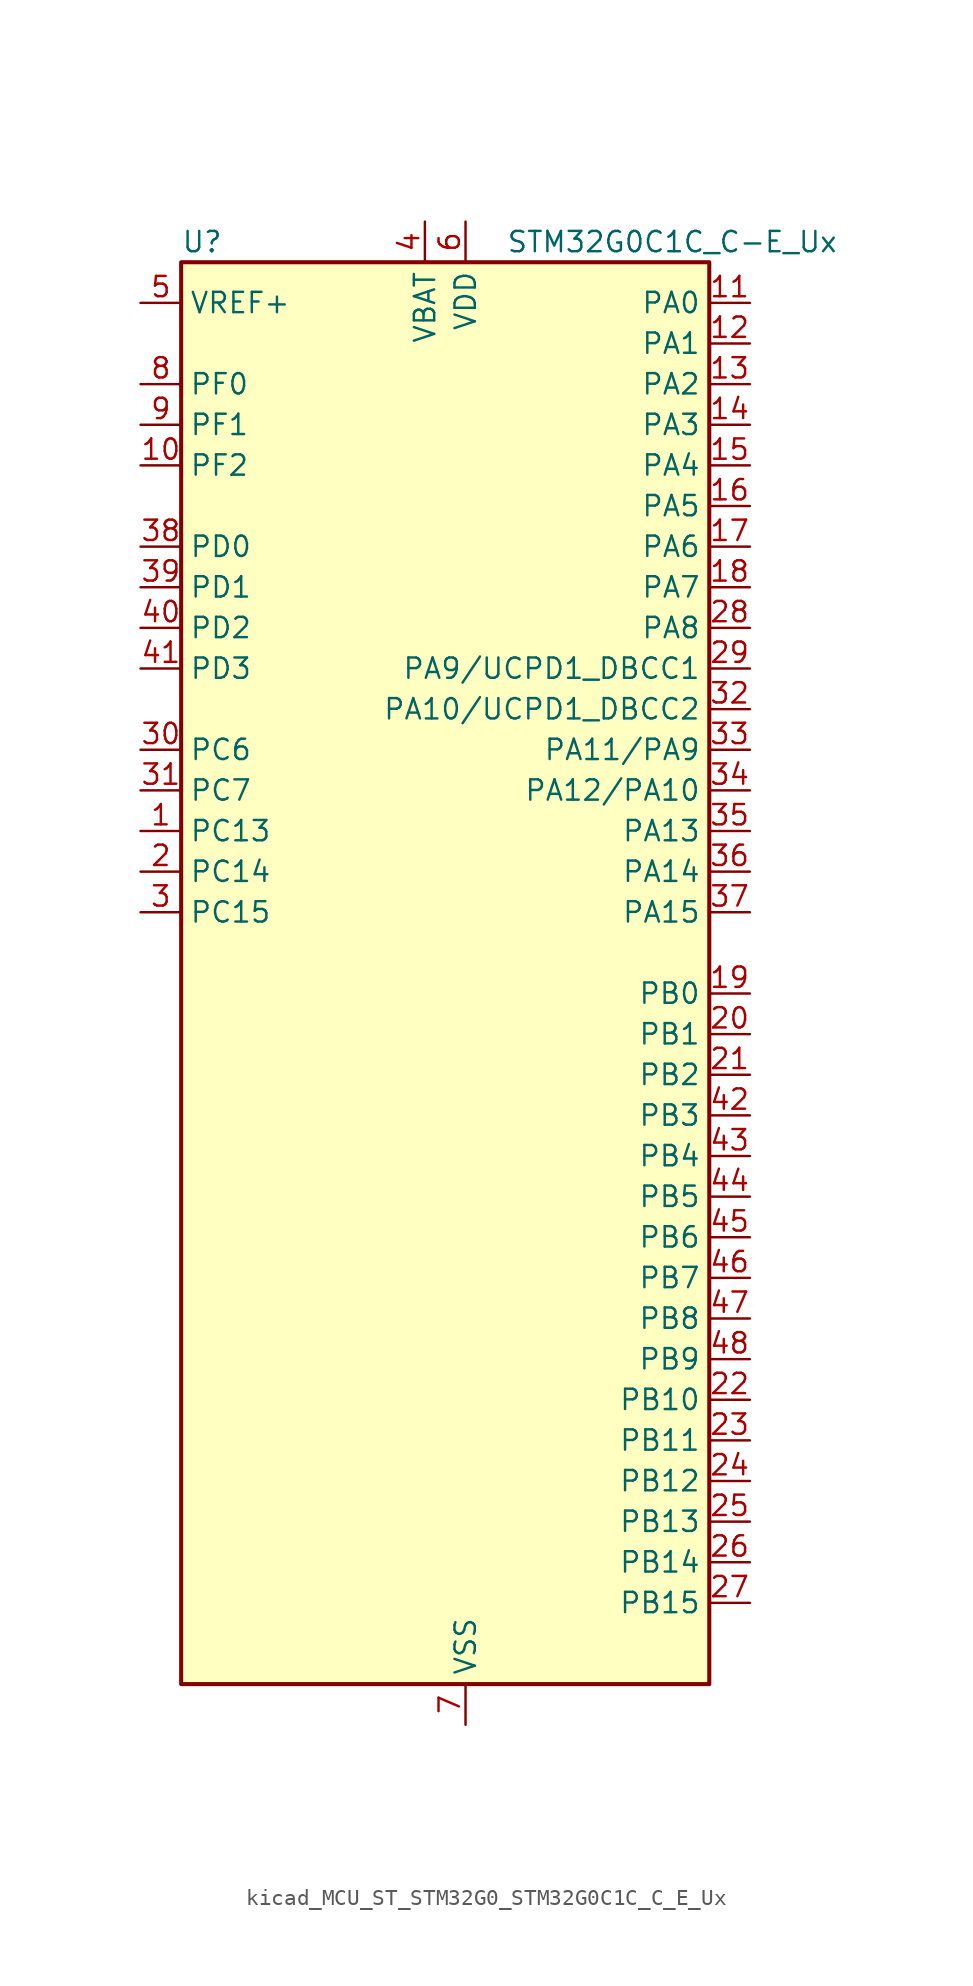
<source format=kicad_sym>
(kicad_symbol_lib
  (version 20220914)
  (generator kicad_symbol_editor)
  (symbol "kicad_MCU_ST_STM32G0_STM32G0C1C_C_E_Ux"
    (property "Reference" "U"
      (at -15.24 46.99 0)
      (effects (font (size 1.27 1.27)) (justify left)))
    (property "Value" "STM32G0C1C_C-E_Ux"
      (at 5.08 46.99 0)
      (effects (font (size 1.27 1.27)) (justify left)))
    (property "ki_locked" ""
      (at 0 0 0)
      (effects (font (size 1.27 1.27))))
    (symbol "kicad_MCU_ST_STM32G0_STM32G0C1C_C_E_Ux_0_1"
      (rectangle (start -15.24 -43.18) (end 17.78 45.72) (stroke (width 0.254) (type default)) (fill (type background))))
    (symbol "kicad_MCU_ST_STM32G0_STM32G0C1C_C_E_Ux_1_1"
      (pin bidirectional line (at -17.78 10.16 0) (length 2.54) (name "PC13" (effects (font (size 1.27 1.27)))) (number "1" (effects (font (size 1.27 1.27)))) (alternate "RTC_OUT1" bidirectional line) (alternate "RTC_TAMP_IN1" bidirectional line) (alternate "RTC_TS" bidirectional line) (alternate "SYS_WKUP2" bidirectional line) (alternate "TIM1_BK" bidirectional line))
      (pin bidirectional line (at -17.78 33.02 0) (length 2.54) (name "PF2" (effects (font (size 1.27 1.27)))) (number "10" (effects (font (size 1.27 1.27)))) (alternate "LPUART2_DE" bidirectional line) (alternate "LPUART2_RTS" bidirectional line) (alternate "LPUART2_TX" bidirectional line) (alternate "RCC_MCO" bidirectional line))
      (pin bidirectional line (at 20.32 43.18 180) (length 2.54) (name "PA0" (effects (font (size 1.27 1.27)))) (number "11" (effects (font (size 1.27 1.27)))) (alternate "ADC1_IN0" bidirectional line) (alternate "COMP1_INM" bidirectional line) (alternate "COMP1_OUT" bidirectional line) (alternate "I2S2_CK" bidirectional line) (alternate "LPTIM1_OUT" bidirectional line) (alternate "RTC_TAMP_IN2" bidirectional line) (alternate "SPI2_SCK" bidirectional line) (alternate "SYS_WKUP1" bidirectional line) (alternate "TIM2_CH1" bidirectional line) (alternate "TIM2_ETR" bidirectional line) (alternate "UCPD2_FRSTX1" bidirectional line) (alternate "UCPD2_FRSTX2" bidirectional line) (alternate "USART2_CTS" bidirectional line) (alternate "USART2_NSS" bidirectional line) (alternate "USART4_TX" bidirectional line))
      (pin bidirectional line (at 20.32 40.64 180) (length 2.54) (name "PA1" (effects (font (size 1.27 1.27)))) (number "12" (effects (font (size 1.27 1.27)))) (alternate "ADC1_IN1" bidirectional line) (alternate "COMP1_INP" bidirectional line) (alternate "I2C1_SMBA" bidirectional line) (alternate "I2S1_CK" bidirectional line) (alternate "SPI1_SCK" bidirectional line) (alternate "TIM15_CH1N" bidirectional line) (alternate "TIM2_CH2" bidirectional line) (alternate "USART2_CK" bidirectional line) (alternate "USART2_DE" bidirectional line) (alternate "USART2_RTS" bidirectional line) (alternate "USART4_RX" bidirectional line))
      (pin bidirectional line (at 20.32 38.1 180) (length 2.54) (name "PA2" (effects (font (size 1.27 1.27)))) (number "13" (effects (font (size 1.27 1.27)))) (alternate "ADC1_IN2" bidirectional line) (alternate "COMP2_INM" bidirectional line) (alternate "COMP2_OUT" bidirectional line) (alternate "I2S1_SD" bidirectional line) (alternate "LPUART1_TX" bidirectional line) (alternate "RCC_LSCO" bidirectional line) (alternate "SPI1_MOSI" bidirectional line) (alternate "SYS_WKUP4" bidirectional line) (alternate "TIM15_CH1" bidirectional line) (alternate "TIM2_CH3" bidirectional line) (alternate "UCPD1_FRSTX1" bidirectional line) (alternate "UCPD1_FRSTX2" bidirectional line) (alternate "USART2_TX" bidirectional line))
      (pin bidirectional line (at 20.32 35.56 180) (length 2.54) (name "PA3" (effects (font (size 1.27 1.27)))) (number "14" (effects (font (size 1.27 1.27)))) (alternate "ADC1_IN3" bidirectional line) (alternate "COMP2_INP" bidirectional line) (alternate "I2S2_MCK" bidirectional line) (alternate "LPUART1_RX" bidirectional line) (alternate "SPI2_MISO" bidirectional line) (alternate "TIM15_CH2" bidirectional line) (alternate "TIM2_CH4" bidirectional line) (alternate "UCPD2_FRSTX1" bidirectional line) (alternate "UCPD2_FRSTX2" bidirectional line) (alternate "USART2_RX" bidirectional line))
      (pin bidirectional line (at 20.32 33.02 180) (length 2.54) (name "PA4" (effects (font (size 1.27 1.27)))) (number "15" (effects (font (size 1.27 1.27)))) (alternate "ADC1_IN4" bidirectional line) (alternate "DAC1_OUT1" bidirectional line) (alternate "I2S1_WS" bidirectional line) (alternate "I2S2_SD" bidirectional line) (alternate "LPTIM2_OUT" bidirectional line) (alternate "RTC_OUT2" bidirectional line) (alternate "SPI1_NSS" bidirectional line) (alternate "SPI2_MOSI" bidirectional line) (alternate "SPI3_NSS" bidirectional line) (alternate "TIM14_CH1" bidirectional line) (alternate "UCPD2_FRSTX1" bidirectional line) (alternate "UCPD2_FRSTX2" bidirectional line) (alternate "USART6_TX" bidirectional line) (alternate "USB_NOE" bidirectional line))
      (pin bidirectional line (at 20.32 30.48 180) (length 2.54) (name "PA5" (effects (font (size 1.27 1.27)))) (number "16" (effects (font (size 1.27 1.27)))) (alternate "ADC1_IN5" bidirectional line) (alternate "CEC" bidirectional line) (alternate "DAC1_OUT2" bidirectional line) (alternate "I2S1_CK" bidirectional line) (alternate "LPTIM2_ETR" bidirectional line) (alternate "SPI1_SCK" bidirectional line) (alternate "TIM2_CH1" bidirectional line) (alternate "TIM2_ETR" bidirectional line) (alternate "UCPD1_FRSTX1" bidirectional line) (alternate "UCPD1_FRSTX2" bidirectional line) (alternate "USART3_TX" bidirectional line) (alternate "USART6_RX" bidirectional line))
      (pin bidirectional line (at 20.32 27.94 180) (length 2.54) (name "PA6" (effects (font (size 1.27 1.27)))) (number "17" (effects (font (size 1.27 1.27)))) (alternate "ADC1_IN6" bidirectional line) (alternate "COMP1_OUT" bidirectional line) (alternate "I2C2_SDA" bidirectional line) (alternate "I2C3_SDA" bidirectional line) (alternate "I2S1_MCK" bidirectional line) (alternate "LPUART1_CTS" bidirectional line) (alternate "SPI1_MISO" bidirectional line) (alternate "TIM16_CH1" bidirectional line) (alternate "TIM1_BK" bidirectional line) (alternate "TIM3_CH1" bidirectional line) (alternate "USART3_CTS" bidirectional line) (alternate "USART3_NSS" bidirectional line) (alternate "USART6_CTS" bidirectional line) (alternate "USART6_NSS" bidirectional line))
      (pin bidirectional line (at 20.32 25.4 180) (length 2.54) (name "PA7" (effects (font (size 1.27 1.27)))) (number "18" (effects (font (size 1.27 1.27)))) (alternate "ADC1_IN7" bidirectional line) (alternate "COMP2_OUT" bidirectional line) (alternate "I2C2_SCL" bidirectional line) (alternate "I2C3_SCL" bidirectional line) (alternate "I2S1_SD" bidirectional line) (alternate "SPI1_MOSI" bidirectional line) (alternate "TIM14_CH1" bidirectional line) (alternate "TIM17_CH1" bidirectional line) (alternate "TIM1_CH1N" bidirectional line) (alternate "TIM3_CH2" bidirectional line) (alternate "UCPD1_FRSTX1" bidirectional line) (alternate "UCPD1_FRSTX2" bidirectional line) (alternate "USART6_CK" bidirectional line) (alternate "USART6_DE" bidirectional line) (alternate "USART6_RTS" bidirectional line))
      (pin bidirectional line (at 20.32 0 180) (length 2.54) (name "PB0" (effects (font (size 1.27 1.27)))) (number "19" (effects (font (size 1.27 1.27)))) (alternate "ADC1_IN8" bidirectional line) (alternate "COMP1_OUT" bidirectional line) (alternate "COMP3_INP" bidirectional line) (alternate "FDCAN2_RX" bidirectional line) (alternate "I2S1_WS" bidirectional line) (alternate "LPTIM1_OUT" bidirectional line) (alternate "LPUART2_CTS" bidirectional line) (alternate "SPI1_NSS" bidirectional line) (alternate "TIM1_CH2N" bidirectional line) (alternate "TIM3_CH3" bidirectional line) (alternate "UCPD1_FRSTX1" bidirectional line) (alternate "UCPD1_FRSTX2" bidirectional line) (alternate "USART3_RX" bidirectional line) (alternate "USART5_TX" bidirectional line))
      (pin bidirectional line (at -17.78 7.62 0) (length 2.54) (name "PC14" (effects (font (size 1.27 1.27)))) (number "2" (effects (font (size 1.27 1.27)))) (alternate "RCC_OSC32_IN" bidirectional line) (alternate "TIM1_BK2" bidirectional line))
      (pin bidirectional line (at 20.32 -2.54 180) (length 2.54) (name "PB1" (effects (font (size 1.27 1.27)))) (number "20" (effects (font (size 1.27 1.27)))) (alternate "ADC1_IN9" bidirectional line) (alternate "COMP1_INM" bidirectional line) (alternate "COMP3_OUT" bidirectional line) (alternate "FDCAN2_TX" bidirectional line) (alternate "LPTIM2_IN1" bidirectional line) (alternate "LPUART1_DE" bidirectional line) (alternate "LPUART1_RTS" bidirectional line) (alternate "LPUART2_DE" bidirectional line) (alternate "LPUART2_RTS" bidirectional line) (alternate "TIM14_CH1" bidirectional line) (alternate "TIM1_CH3N" bidirectional line) (alternate "TIM3_CH4" bidirectional line) (alternate "USART3_CK" bidirectional line) (alternate "USART3_DE" bidirectional line) (alternate "USART3_RTS" bidirectional line) (alternate "USART5_RX" bidirectional line))
      (pin bidirectional line (at 20.32 -5.08 180) (length 2.54) (name "PB2" (effects (font (size 1.27 1.27)))) (number "21" (effects (font (size 1.27 1.27)))) (alternate "ADC1_IN10" bidirectional line) (alternate "COMP1_INP" bidirectional line) (alternate "COMP3_INM" bidirectional line) (alternate "I2S2_MCK" bidirectional line) (alternate "LPTIM1_OUT" bidirectional line) (alternate "RCC_MCO_2" bidirectional line) (alternate "SPI2_MISO" bidirectional line) (alternate "USART3_TX" bidirectional line))
      (pin bidirectional line (at 20.32 -25.4 180) (length 2.54) (name "PB10" (effects (font (size 1.27 1.27)))) (number "22" (effects (font (size 1.27 1.27)))) (alternate "ADC1_IN11" bidirectional line) (alternate "CEC" bidirectional line) (alternate "COMP1_OUT" bidirectional line) (alternate "I2C2_SCL" bidirectional line) (alternate "I2S2_CK" bidirectional line) (alternate "LPUART1_RX" bidirectional line) (alternate "SPI2_SCK" bidirectional line) (alternate "TIM2_CH3" bidirectional line) (alternate "USART3_TX" bidirectional line))
      (pin bidirectional line (at 20.32 -27.94 180) (length 2.54) (name "PB11" (effects (font (size 1.27 1.27)))) (number "23" (effects (font (size 1.27 1.27)))) (alternate "ADC1_EXTI11" bidirectional line) (alternate "ADC1_IN15" bidirectional line) (alternate "COMP2_OUT" bidirectional line) (alternate "I2C2_SDA" bidirectional line) (alternate "I2S2_SD" bidirectional line) (alternate "LPUART1_TX" bidirectional line) (alternate "SPI2_MOSI" bidirectional line) (alternate "TIM2_CH4" bidirectional line) (alternate "USART3_RX" bidirectional line))
      (pin bidirectional line (at 20.32 -30.48 180) (length 2.54) (name "PB12" (effects (font (size 1.27 1.27)))) (number "24" (effects (font (size 1.27 1.27)))) (alternate "ADC1_IN16" bidirectional line) (alternate "FDCAN2_RX" bidirectional line) (alternate "I2C2_SMBA" bidirectional line) (alternate "I2S2_WS" bidirectional line) (alternate "LPUART1_DE" bidirectional line) (alternate "LPUART1_RTS" bidirectional line) (alternate "SPI2_NSS" bidirectional line) (alternate "TIM15_BK" bidirectional line) (alternate "TIM1_BK" bidirectional line) (alternate "UCPD2_FRSTX1" bidirectional line) (alternate "UCPD2_FRSTX2" bidirectional line))
      (pin bidirectional line (at 20.32 -33.02 180) (length 2.54) (name "PB13" (effects (font (size 1.27 1.27)))) (number "25" (effects (font (size 1.27 1.27)))) (alternate "FDCAN2_TX" bidirectional line) (alternate "I2C2_SCL" bidirectional line) (alternate "I2S2_CK" bidirectional line) (alternate "LPUART1_CTS" bidirectional line) (alternate "SPI2_SCK" bidirectional line) (alternate "TIM15_CH1N" bidirectional line) (alternate "TIM1_CH1N" bidirectional line) (alternate "USART3_CTS" bidirectional line) (alternate "USART3_NSS" bidirectional line))
      (pin bidirectional line (at 20.32 -35.56 180) (length 2.54) (name "PB14" (effects (font (size 1.27 1.27)))) (number "26" (effects (font (size 1.27 1.27)))) (alternate "I2C2_SDA" bidirectional line) (alternate "I2S2_MCK" bidirectional line) (alternate "SPI2_MISO" bidirectional line) (alternate "TIM15_CH1" bidirectional line) (alternate "TIM1_CH2N" bidirectional line) (alternate "UCPD1_FRSTX1" bidirectional line) (alternate "UCPD1_FRSTX2" bidirectional line) (alternate "USART3_CK" bidirectional line) (alternate "USART3_DE" bidirectional line) (alternate "USART3_RTS" bidirectional line) (alternate "USART6_CK" bidirectional line) (alternate "USART6_DE" bidirectional line) (alternate "USART6_RTS" bidirectional line))
      (pin bidirectional line (at 20.32 -38.1 180) (length 2.54) (name "PB15" (effects (font (size 1.27 1.27)))) (number "27" (effects (font (size 1.27 1.27)))) (alternate "I2S2_SD" bidirectional line) (alternate "RTC_REFIN" bidirectional line) (alternate "SPI2_MOSI" bidirectional line) (alternate "TIM15_CH1N" bidirectional line) (alternate "TIM15_CH2" bidirectional line) (alternate "TIM1_CH3N" bidirectional line) (alternate "UCPD1_CC2" bidirectional line) (alternate "USART6_CTS" bidirectional line) (alternate "USART6_NSS" bidirectional line))
      (pin bidirectional line (at 20.32 22.86 180) (length 2.54) (name "PA8" (effects (font (size 1.27 1.27)))) (number "28" (effects (font (size 1.27 1.27)))) (alternate "CRS1_SYNC" bidirectional line) (alternate "I2C2_SMBA" bidirectional line) (alternate "I2S2_WS" bidirectional line) (alternate "LPTIM2_OUT" bidirectional line) (alternate "RCC_MCO" bidirectional line) (alternate "SPI2_NSS" bidirectional line) (alternate "TIM1_CH1" bidirectional line) (alternate "UCPD1_CC1" bidirectional line))
      (pin bidirectional line (at 20.32 20.32 180) (length 2.54) (name "PA9/UCPD1_DBCC1" (effects (font (size 1.27 1.27)))) (number "29" (effects (font (size 1.27 1.27)))) (alternate "DAC1_EXTI9" bidirectional line) (alternate "I2C1_SCL" bidirectional line) (alternate "I2C2_SCL" bidirectional line) (alternate "I2S2_MCK" bidirectional line) (alternate "RCC_MCO" bidirectional line) (alternate "SPI2_MISO" bidirectional line) (alternate "TIM15_BK" bidirectional line) (alternate "TIM1_CH2" bidirectional line) (alternate "UCPD1_DBCC1" bidirectional line) (alternate "USART1_TX" bidirectional line))
      (pin bidirectional line (at -17.78 5.08 0) (length 2.54) (name "PC15" (effects (font (size 1.27 1.27)))) (number "3" (effects (font (size 1.27 1.27)))) (alternate "RCC_OSC32_EN" bidirectional line) (alternate "RCC_OSC32_OUT" bidirectional line) (alternate "RCC_OSC_EN" bidirectional line) (alternate "TIM15_BK" bidirectional line))
      (pin bidirectional line (at -17.78 15.24 0) (length 2.54) (name "PC6" (effects (font (size 1.27 1.27)))) (number "30" (effects (font (size 1.27 1.27)))) (alternate "LPUART2_TX" bidirectional line) (alternate "TIM2_CH3" bidirectional line) (alternate "TIM3_CH1" bidirectional line) (alternate "UCPD1_FRSTX1" bidirectional line) (alternate "UCPD1_FRSTX2" bidirectional line))
      (pin bidirectional line (at -17.78 12.7 0) (length 2.54) (name "PC7" (effects (font (size 1.27 1.27)))) (number "31" (effects (font (size 1.27 1.27)))) (alternate "LPUART2_RX" bidirectional line) (alternate "TIM2_CH4" bidirectional line) (alternate "TIM3_CH2" bidirectional line) (alternate "UCPD2_FRSTX1" bidirectional line) (alternate "UCPD2_FRSTX2" bidirectional line))
      (pin bidirectional line (at 20.32 17.78 180) (length 2.54) (name "PA10/UCPD1_DBCC2" (effects (font (size 1.27 1.27)))) (number "32" (effects (font (size 1.27 1.27)))) (alternate "I2C1_SDA" bidirectional line) (alternate "I2C2_SDA" bidirectional line) (alternate "I2S2_SD" bidirectional line) (alternate "RCC_MCO_2" bidirectional line) (alternate "SPI2_MOSI" bidirectional line) (alternate "TIM17_BK" bidirectional line) (alternate "TIM1_CH3" bidirectional line) (alternate "UCPD1_DBCC2" bidirectional line) (alternate "USART1_RX" bidirectional line))
      (pin bidirectional line (at 20.32 15.24 180) (length 2.54) (name "PA11/PA9" (effects (font (size 1.27 1.27)))) (number "33" (effects (font (size 1.27 1.27)))) (alternate "ADC1_EXTI11" bidirectional line) (alternate "COMP1_OUT" bidirectional line) (alternate "FDCAN1_RX" bidirectional line) (alternate "I2C2_SCL" bidirectional line) (alternate "I2S1_MCK" bidirectional line) (alternate "SPI1_MISO" bidirectional line) (alternate "TIM1_BK2" bidirectional line) (alternate "TIM1_CH4" bidirectional line) (alternate "USART1_CTS" bidirectional line) (alternate "USART1_NSS" bidirectional line) (alternate "USB_DM" bidirectional line))
      (pin bidirectional line (at 20.32 12.7 180) (length 2.54) (name "PA12/PA10" (effects (font (size 1.27 1.27)))) (number "34" (effects (font (size 1.27 1.27)))) (alternate "COMP2_OUT" bidirectional line) (alternate "FDCAN1_TX" bidirectional line) (alternate "I2C2_SDA" bidirectional line) (alternate "I2S1_SD" bidirectional line) (alternate "I2S_CKIN" bidirectional line) (alternate "SPI1_MOSI" bidirectional line) (alternate "TIM1_ETR" bidirectional line) (alternate "USART1_CK" bidirectional line) (alternate "USART1_DE" bidirectional line) (alternate "USART1_RTS" bidirectional line) (alternate "USB_DP" bidirectional line))
      (pin bidirectional line (at 20.32 10.16 180) (length 2.54) (name "PA13" (effects (font (size 1.27 1.27)))) (number "35" (effects (font (size 1.27 1.27)))) (alternate "IR_OUT" bidirectional line) (alternate "LPUART2_RX" bidirectional line) (alternate "SYS_SWDIO" bidirectional line) (alternate "USB_NOE" bidirectional line))
      (pin bidirectional line (at 20.32 7.62 180) (length 2.54) (name "PA14" (effects (font (size 1.27 1.27)))) (number "36" (effects (font (size 1.27 1.27)))) (alternate "LPUART2_TX" bidirectional line) (alternate "SYS_SWCLK" bidirectional line) (alternate "USART2_TX" bidirectional line))
      (pin bidirectional line (at 20.32 5.08 180) (length 2.54) (name "PA15" (effects (font (size 1.27 1.27)))) (number "37" (effects (font (size 1.27 1.27)))) (alternate "I2C2_SMBA" bidirectional line) (alternate "I2S1_WS" bidirectional line) (alternate "RCC_MCO_2" bidirectional line) (alternate "SPI1_NSS" bidirectional line) (alternate "SPI3_NSS" bidirectional line) (alternate "TIM2_CH1" bidirectional line) (alternate "TIM2_ETR" bidirectional line) (alternate "USART2_RX" bidirectional line) (alternate "USART3_CK" bidirectional line) (alternate "USART3_DE" bidirectional line) (alternate "USART3_RTS" bidirectional line) (alternate "USART4_CK" bidirectional line) (alternate "USART4_DE" bidirectional line) (alternate "USART4_RTS" bidirectional line) (alternate "USB_NOE" bidirectional line))
      (pin bidirectional line (at -17.78 27.94 0) (length 2.54) (name "PD0" (effects (font (size 1.27 1.27)))) (number "38" (effects (font (size 1.27 1.27)))) (alternate "FDCAN1_RX" bidirectional line) (alternate "I2S2_WS" bidirectional line) (alternate "SPI2_NSS" bidirectional line) (alternate "TIM16_CH1" bidirectional line) (alternate "UCPD2_CC1" bidirectional line))
      (pin bidirectional line (at -17.78 25.4 0) (length 2.54) (name "PD1" (effects (font (size 1.27 1.27)))) (number "39" (effects (font (size 1.27 1.27)))) (alternate "FDCAN1_TX" bidirectional line) (alternate "I2S2_CK" bidirectional line) (alternate "SPI2_SCK" bidirectional line) (alternate "TIM17_CH1" bidirectional line) (alternate "UCPD2_DBCC1" bidirectional line))
      (pin power_in line (at 0 48.26 270) (length 2.54) (name "VBAT" (effects (font (size 1.27 1.27)))) (number "4" (effects (font (size 1.27 1.27)))))
      (pin bidirectional line (at -17.78 22.86 0) (length 2.54) (name "PD2" (effects (font (size 1.27 1.27)))) (number "40" (effects (font (size 1.27 1.27)))) (alternate "TIM1_CH1N" bidirectional line) (alternate "TIM3_ETR" bidirectional line) (alternate "UCPD2_CC2" bidirectional line) (alternate "USART3_CK" bidirectional line) (alternate "USART3_DE" bidirectional line) (alternate "USART3_RTS" bidirectional line) (alternate "USART5_RX" bidirectional line))
      (pin bidirectional line (at -17.78 20.32 0) (length 2.54) (name "PD3" (effects (font (size 1.27 1.27)))) (number "41" (effects (font (size 1.27 1.27)))) (alternate "I2S2_MCK" bidirectional line) (alternate "SPI2_MISO" bidirectional line) (alternate "TIM1_CH2N" bidirectional line) (alternate "UCPD2_DBCC2" bidirectional line) (alternate "USART2_CTS" bidirectional line) (alternate "USART2_NSS" bidirectional line) (alternate "USART5_TX" bidirectional line))
      (pin bidirectional line (at 20.32 -7.62 180) (length 2.54) (name "PB3" (effects (font (size 1.27 1.27)))) (number "42" (effects (font (size 1.27 1.27)))) (alternate "COMP2_INM" bidirectional line) (alternate "I2C2_SCL" bidirectional line) (alternate "I2C3_SCL" bidirectional line) (alternate "I2S1_CK" bidirectional line) (alternate "SPI1_SCK" bidirectional line) (alternate "SPI3_SCK" bidirectional line) (alternate "TIM1_CH2" bidirectional line) (alternate "TIM2_CH2" bidirectional line) (alternate "USART1_CK" bidirectional line) (alternate "USART1_DE" bidirectional line) (alternate "USART1_RTS" bidirectional line) (alternate "USART5_TX" bidirectional line))
      (pin bidirectional line (at 20.32 -10.16 180) (length 2.54) (name "PB4" (effects (font (size 1.27 1.27)))) (number "43" (effects (font (size 1.27 1.27)))) (alternate "COMP2_INP" bidirectional line) (alternate "I2C2_SDA" bidirectional line) (alternate "I2C3_SDA" bidirectional line) (alternate "I2S1_MCK" bidirectional line) (alternate "SPI1_MISO" bidirectional line) (alternate "SPI3_MISO" bidirectional line) (alternate "TIM17_BK" bidirectional line) (alternate "TIM3_CH1" bidirectional line) (alternate "USART1_CTS" bidirectional line) (alternate "USART1_NSS" bidirectional line) (alternate "USART5_RX" bidirectional line))
      (pin bidirectional line (at 20.32 -12.7 180) (length 2.54) (name "PB5" (effects (font (size 1.27 1.27)))) (number "44" (effects (font (size 1.27 1.27)))) (alternate "COMP2_OUT" bidirectional line) (alternate "FDCAN2_RX" bidirectional line) (alternate "I2C1_SMBA" bidirectional line) (alternate "I2S1_SD" bidirectional line) (alternate "LPTIM1_IN1" bidirectional line) (alternate "SPI1_MOSI" bidirectional line) (alternate "SPI3_MOSI" bidirectional line) (alternate "SYS_WKUP6" bidirectional line) (alternate "TIM16_BK" bidirectional line) (alternate "TIM3_CH2" bidirectional line) (alternate "USART5_CK" bidirectional line) (alternate "USART5_DE" bidirectional line) (alternate "USART5_RTS" bidirectional line))
      (pin bidirectional line (at 20.32 -15.24 180) (length 2.54) (name "PB6" (effects (font (size 1.27 1.27)))) (number "45" (effects (font (size 1.27 1.27)))) (alternate "COMP2_INP" bidirectional line) (alternate "FDCAN2_TX" bidirectional line) (alternate "I2C1_SCL" bidirectional line) (alternate "I2S2_MCK" bidirectional line) (alternate "LPTIM1_ETR" bidirectional line) (alternate "LPUART2_TX" bidirectional line) (alternate "SPI2_MISO" bidirectional line) (alternate "TIM16_CH1N" bidirectional line) (alternate "TIM1_CH3" bidirectional line) (alternate "TIM4_CH1" bidirectional line) (alternate "USART1_TX" bidirectional line) (alternate "USART5_CTS" bidirectional line) (alternate "USART5_NSS" bidirectional line))
      (pin bidirectional line (at 20.32 -17.78 180) (length 2.54) (name "PB7" (effects (font (size 1.27 1.27)))) (number "46" (effects (font (size 1.27 1.27)))) (alternate "COMP2_INM" bidirectional line) (alternate "I2C1_SDA" bidirectional line) (alternate "I2S2_SD" bidirectional line) (alternate "LPTIM1_IN2" bidirectional line) (alternate "LPUART2_RX" bidirectional line) (alternate "SPI2_MOSI" bidirectional line) (alternate "SYS_PVD_IN" bidirectional line) (alternate "TIM17_CH1N" bidirectional line) (alternate "TIM4_CH2" bidirectional line) (alternate "USART1_RX" bidirectional line) (alternate "USART4_CTS" bidirectional line) (alternate "USART4_NSS" bidirectional line))
      (pin bidirectional line (at 20.32 -20.32 180) (length 2.54) (name "PB8" (effects (font (size 1.27 1.27)))) (number "47" (effects (font (size 1.27 1.27)))) (alternate "CEC" bidirectional line) (alternate "FDCAN1_RX" bidirectional line) (alternate "I2C1_SCL" bidirectional line) (alternate "I2S2_CK" bidirectional line) (alternate "SPI2_SCK" bidirectional line) (alternate "TIM15_BK" bidirectional line) (alternate "TIM16_CH1" bidirectional line) (alternate "TIM4_CH3" bidirectional line) (alternate "USART3_TX" bidirectional line) (alternate "USART6_TX" bidirectional line))
      (pin bidirectional line (at 20.32 -22.86 180) (length 2.54) (name "PB9" (effects (font (size 1.27 1.27)))) (number "48" (effects (font (size 1.27 1.27)))) (alternate "DAC1_EXTI9" bidirectional line) (alternate "FDCAN1_TX" bidirectional line) (alternate "I2C1_SDA" bidirectional line) (alternate "I2S2_WS" bidirectional line) (alternate "IR_OUT" bidirectional line) (alternate "SPI2_NSS" bidirectional line) (alternate "TIM17_CH1" bidirectional line) (alternate "TIM4_CH4" bidirectional line) (alternate "UCPD2_FRSTX1" bidirectional line) (alternate "UCPD2_FRSTX2" bidirectional line) (alternate "USART3_RX" bidirectional line) (alternate "USART6_RX" bidirectional line))
      (pin passive line (at 2.54 -45.72 90) (length 2.54) hide (name "VSS" (effects (font (size 1.27 1.27)))) (number "49" (effects (font (size 1.27 1.27)))))
      (pin input line (at -17.78 43.18 0) (length 2.54) (name "VREF+" (effects (font (size 1.27 1.27)))) (number "5" (effects (font (size 1.27 1.27)))) (alternate "VREFBUF_OUT" bidirectional line))
      (pin power_in line (at 2.54 48.26 270) (length 2.54) (name "VDD" (effects (font (size 1.27 1.27)))) (number "6" (effects (font (size 1.27 1.27)))))
      (pin power_in line (at 2.54 -45.72 90) (length 2.54) (name "VSS" (effects (font (size 1.27 1.27)))) (number "7" (effects (font (size 1.27 1.27)))))
      (pin bidirectional line (at -17.78 38.1 0) (length 2.54) (name "PF0" (effects (font (size 1.27 1.27)))) (number "8" (effects (font (size 1.27 1.27)))) (alternate "CRS1_SYNC" bidirectional line) (alternate "RCC_OSC_IN" bidirectional line) (alternate "TIM14_CH1" bidirectional line))
      (pin bidirectional line (at -17.78 35.56 0) (length 2.54) (name "PF1" (effects (font (size 1.27 1.27)))) (number "9" (effects (font (size 1.27 1.27)))) (alternate "RCC_OSC_EN" bidirectional line) (alternate "RCC_OSC_OUT" bidirectional line) (alternate "TIM15_CH1N" bidirectional line)))))
</source>
